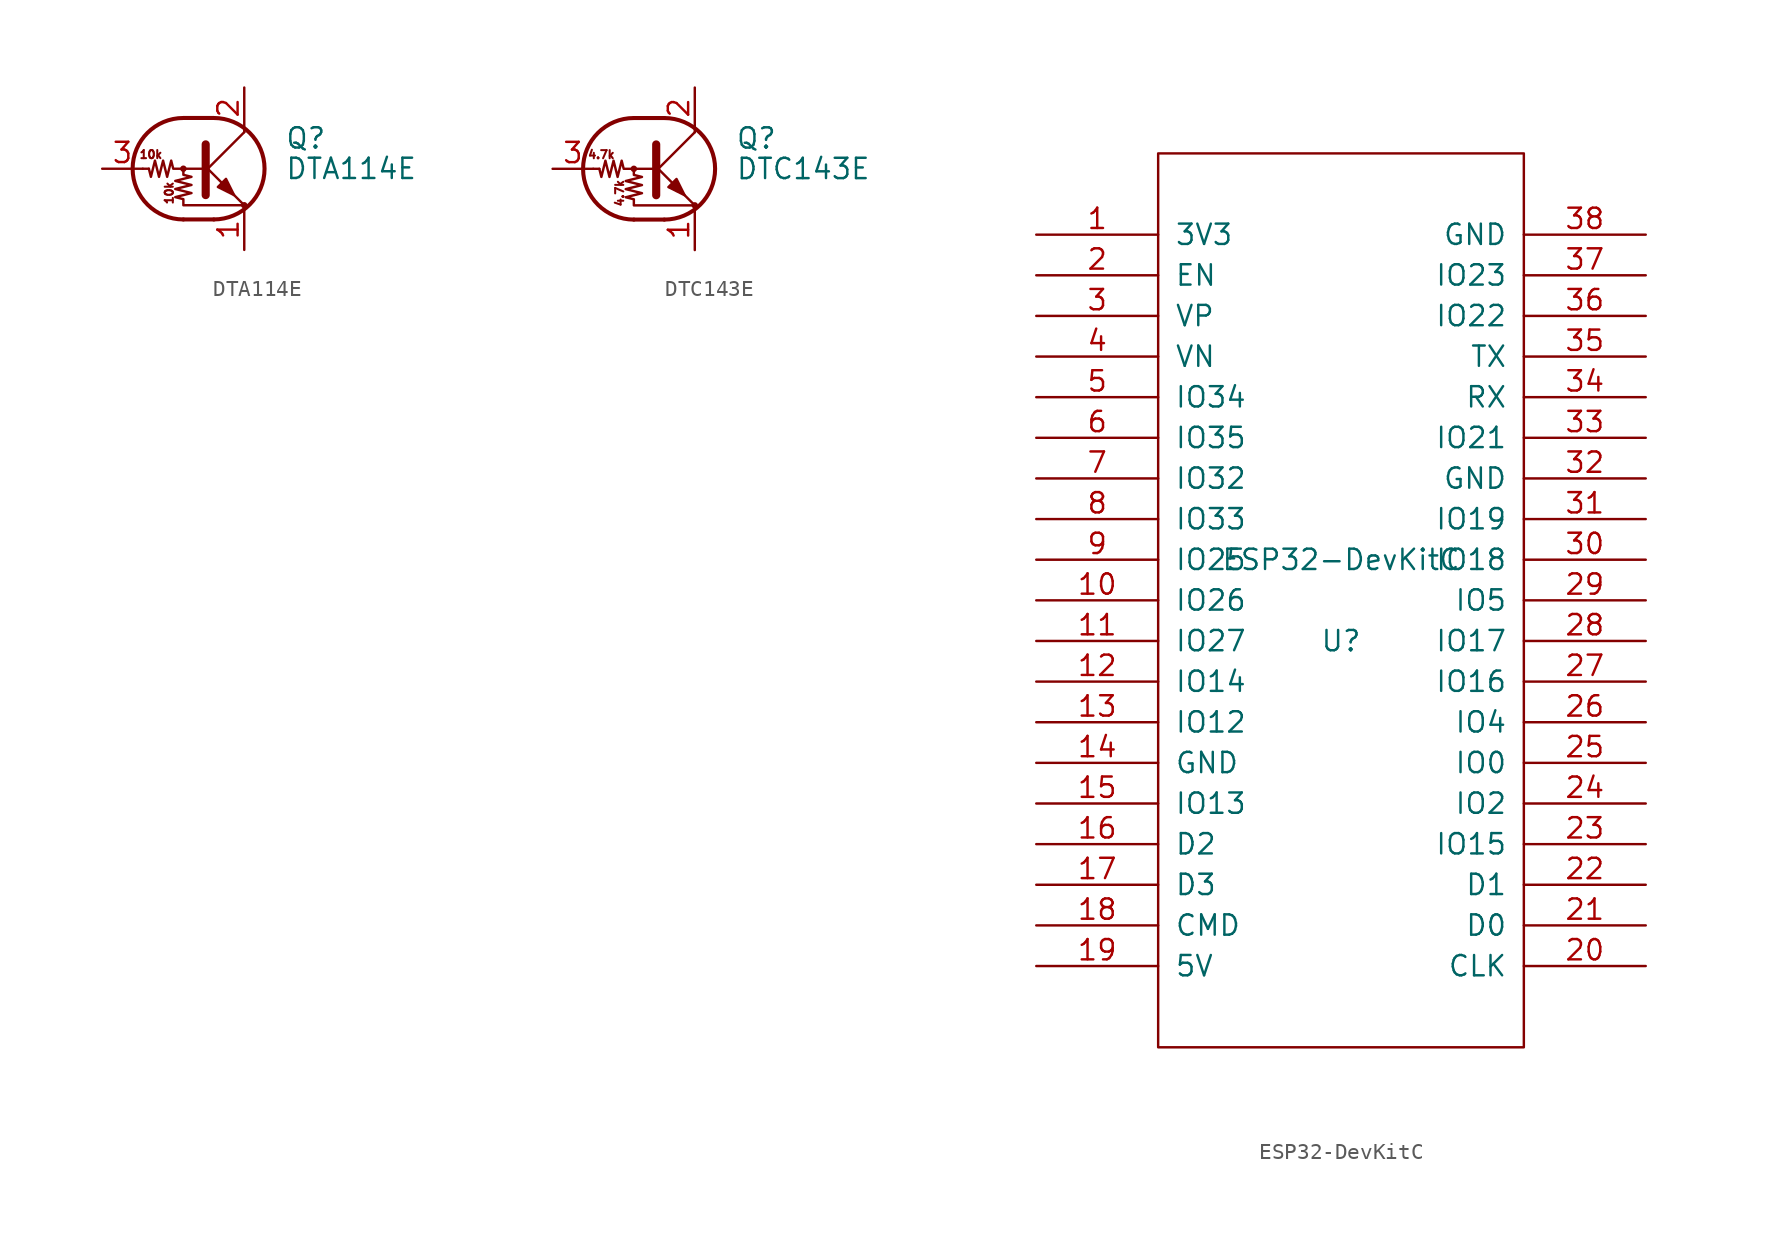
<source format=kicad_sym>
(kicad_symbol_lib
  (version 20241209)
  (generator "kicad_symbol_editor")
  (generator_version "9.0")
  (symbol "DTA114E"
    (pin_names
      (offset 0)
      (hide yes))
    (property "Reference" "Q"
      (at 5.08 1.905 0)
      (effects (font (size 1.27 1.27)) (justify left)))
    (property "Value" "DTA114E"
      (at 5.08 0 0)
      (effects (font (size 1.27 1.27)) (justify left)))
    (symbol "DTA114E_0_1"
      (polyline (pts (xy -3.429 0) (xy -3.81 0)) (stroke (width 0) (type default)) (fill (type none)))
      (polyline (pts (xy -1.27 3.175) (xy 0.635 3.175)) (stroke (width 0.254) (type default)) (fill (type none)))
      (circle (center -1.27 0) (radius 0.127) (stroke (width 0) (type default)) (fill (type none)))
      (polyline (pts (xy -1.27 0) (xy -1.27 -0.381) (xy -0.762 -0.508) (xy -1.778 -0.762) (xy -0.762 -1.016) (xy -1.778 -1.27) (xy -0.762 -1.524) (xy -1.778 -1.778) (xy -1.27 -1.905) (xy -1.27 -2.286) (xy 2.54 -2.286)) (stroke (width 0) (type default)) (fill (type none)))
      (polyline (pts (xy -1.27 -3.175) (xy 0.635 -3.175)) (stroke (width 0.254) (type default)) (fill (type none)))
      (arc (start -1.27 -3.175) (mid -4.4312 0) (end -1.27 3.175) (stroke (width 0.254) (type default)) (fill (type none)))
      (polyline (pts (xy 0 0) (xy -1.905 0) (xy -2.032 0.508) (xy -2.286 -0.508) (xy -2.54 0.508) (xy -2.794 -0.508) (xy -3.048 0.508) (xy -3.302 -0.508) (xy -3.429 0)) (stroke (width 0) (type default)) (fill (type none)))
      (polyline (pts (xy 0 -0.254) (xy 2.54 2.286)) (stroke (width 0) (type default)) (fill (type none)))
      (polyline (pts (xy 0.127 1.524) (xy 0.127 -1.651)) (stroke (width 0.508) (type default)) (fill (type outline)))
      (arc (start 0.635 3.175) (mid 3.7962 0) (end 0.635 -3.175) (stroke (width 0.254) (type default)) (fill (type none)))
      (polyline (pts (xy 0.889 -1.143) (xy 1.397 -0.635) (xy 1.905 -1.651) (xy 0.889 -1.143)) (stroke (width 0) (type default)) (fill (type outline)))
      (polyline (pts (xy 2.54 2.286) (xy 2.54 2.54)) (stroke (width 0) (type default)) (fill (type none)))
      (polyline (pts (xy 2.54 -2.286) (xy 0 0.254) (xy 0 0.254)) (stroke (width 0) (type default)) (fill (type none)))
      (circle (center 2.54 -2.286) (radius 0.127) (stroke (width 0) (type default)) (fill (type none))))
    (symbol "DTA114E_1_1"
      (text "10k" (at -3.302 0.889 0) (effects (font (size 0.508 0.508))))
      (text "10k" (at -2.159 -1.524 900) (effects (font (size 0.508 0.508))))
      (pin input line (at -6.35 0 0) (length 2.54) (name "B" (effects (font (size 1.27 1.27)))) (number "3" (effects (font (size 1.27 1.27)))))
      (pin passive line (at 2.54 5.08 270) (length 2.54) (name "C" (effects (font (size 1.27 1.27)))) (number "2" (effects (font (size 1.27 1.27)))))
      (pin passive line (at 2.54 -5.08 90) (length 2.54) (name "E" (effects (font (size 1.27 1.27)))) (number "1" (effects (font (size 1.27 1.27)))))))
  (symbol "DTC143E"
    (pin_names
      (offset 0)
      (hide yes))
    (property "Reference" "Q"
      (at 5.08 1.905 0)
      (effects (font (size 1.27 1.27)) (justify left)))
    (property "Value" "DTC143E"
      (at 5.08 0 0)
      (effects (font (size 1.27 1.27)) (justify left)))
    (symbol "DTC143E_0_1"
      (polyline (pts (xy -3.429 0) (xy -3.81 0)) (stroke (width 0) (type default)) (fill (type none)))
      (polyline (pts (xy -1.27 3.175) (xy 0.635 3.175)) (stroke (width 0.254) (type default)) (fill (type none)))
      (circle (center -1.27 0) (radius 0.127) (stroke (width 0) (type default)) (fill (type none)))
      (polyline (pts (xy -1.27 0) (xy -1.27 -0.381) (xy -0.762 -0.508) (xy -1.778 -0.762) (xy -0.762 -1.016) (xy -1.778 -1.27) (xy -0.762 -1.524) (xy -1.778 -1.778) (xy -1.27 -1.905) (xy -1.27 -2.286) (xy 2.54 -2.286)) (stroke (width 0) (type default)) (fill (type none)))
      (polyline (pts (xy -1.27 -3.175) (xy 0.635 -3.175)) (stroke (width 0.254) (type default)) (fill (type none)))
      (arc (start -1.27 -3.175) (mid -4.4312 0) (end -1.27 3.175) (stroke (width 0.254) (type default)) (fill (type none)))
      (polyline (pts (xy 0 0) (xy -1.905 0) (xy -2.032 0.508) (xy -2.286 -0.508) (xy -2.54 0.508) (xy -2.794 -0.508) (xy -3.048 0.508) (xy -3.302 -0.508) (xy -3.429 0)) (stroke (width 0) (type default)) (fill (type none)))
      (polyline (pts (xy 0 -0.254) (xy 2.54 2.286)) (stroke (width 0) (type default)) (fill (type none)))
      (polyline (pts (xy 0.127 1.524) (xy 0.127 -1.651)) (stroke (width 0.508) (type default)) (fill (type outline)))
      (arc (start 0.635 3.175) (mid 3.7962 0) (end 0.635 -3.175) (stroke (width 0.254) (type default)) (fill (type none)))
      (polyline (pts (xy 0.889 -1.143) (xy 1.397 -0.635) (xy 1.905 -1.651) (xy 0.889 -1.143)) (stroke (width 0) (type default)) (fill (type outline)))
      (polyline (pts (xy 2.54 2.286) (xy 2.54 2.54)) (stroke (width 0) (type default)) (fill (type none)))
      (polyline (pts (xy 2.54 -2.286) (xy 0 0.254) (xy 0 0.254)) (stroke (width 0) (type default)) (fill (type none)))
      (circle (center 2.54 -2.286) (radius 0.127) (stroke (width 0) (type default)) (fill (type none))))
    (symbol "DTC143E_1_1"
      (text "4.7k" (at -3.302 0.889 0) (effects (font (size 0.508 0.508))))
      (text "4.7k" (at -2.159 -1.524 900) (effects (font (size 0.508 0.508))))
      (pin input line (at -6.35 0 0) (length 2.54) (name "B" (effects (font (size 1.27 1.27)))) (number "3" (effects (font (size 1.27 1.27)))))
      (pin passive line (at 2.54 5.08 270) (length 2.54) (name "C" (effects (font (size 1.27 1.27)))) (number "2" (effects (font (size 1.27 1.27)))))
      (pin passive line (at 2.54 -5.08 90) (length 2.54) (name "E" (effects (font (size 1.27 1.27)))) (number "1" (effects (font (size 1.27 1.27)))))))
  (symbol "ESP32-DevKitC"
    (pin_names
      (offset 1.016))
    (property "Reference" "U"
      (at 0 -2.54 0)
      (effects (font (size 1.27 1.27))))
    (property "Value" "ESP32-DevKitC"
      (at 0 2.54 0)
      (effects (font (size 1.27 1.27))))
    (symbol "ESP32-DevKitC_1_0"
      (rectangle (start -11.43 -27.94) (end 11.43 27.94) (stroke (width 0) (type solid)) (fill (type none))))
    (symbol "ESP32-DevKitC_1_1"
      (pin power_in line (at -19.05 22.86 0) (length 7.62) (name "3V3" (effects (font (size 1.27 1.27)))) (number "1" (effects (font (size 1.27 1.27)))))
      (pin input line (at -19.05 20.32 0) (length 7.62) (name "EN" (effects (font (size 1.27 1.27)))) (number "2" (effects (font (size 1.27 1.27)))))
      (pin input line (at -19.05 17.78 0) (length 7.62) (name "VP" (effects (font (size 1.27 1.27)))) (number "3" (effects (font (size 1.27 1.27)))))
      (pin input line (at -19.05 15.24 0) (length 7.62) (name "VN" (effects (font (size 1.27 1.27)))) (number "4" (effects (font (size 1.27 1.27)))))
      (pin input line (at -19.05 12.7 0) (length 7.62) (name "IO34" (effects (font (size 1.27 1.27)))) (number "5" (effects (font (size 1.27 1.27)))))
      (pin input line (at -19.05 10.16 0) (length 7.62) (name "IO35" (effects (font (size 1.27 1.27)))) (number "6" (effects (font (size 1.27 1.27)))))
      (pin bidirectional line (at -19.05 7.62 0) (length 7.62) (name "IO32" (effects (font (size 1.27 1.27)))) (number "7" (effects (font (size 1.27 1.27)))))
      (pin bidirectional line (at -19.05 5.08 0) (length 7.62) (name "IO33" (effects (font (size 1.27 1.27)))) (number "8" (effects (font (size 1.27 1.27)))))
      (pin bidirectional line (at -19.05 2.54 0) (length 7.62) (name "IO25" (effects (font (size 1.27 1.27)))) (number "9" (effects (font (size 1.27 1.27)))))
      (pin bidirectional line (at -19.05 0 0) (length 7.62) (name "IO26" (effects (font (size 1.27 1.27)))) (number "10" (effects (font (size 1.27 1.27)))))
      (pin bidirectional line (at -19.05 -2.54 0) (length 7.62) (name "IO27" (effects (font (size 1.27 1.27)))) (number "11" (effects (font (size 1.27 1.27)))))
      (pin bidirectional line (at -19.05 -5.08 0) (length 7.62) (name "IO14" (effects (font (size 1.27 1.27)))) (number "12" (effects (font (size 1.27 1.27)))))
      (pin bidirectional line (at -19.05 -7.62 0) (length 7.62) (name "IO12" (effects (font (size 1.27 1.27)))) (number "13" (effects (font (size 1.27 1.27)))))
      (pin power_in line (at -19.05 -10.16 0) (length 7.62) (name "GND" (effects (font (size 1.27 1.27)))) (number "14" (effects (font (size 1.27 1.27)))))
      (pin bidirectional line (at -19.05 -12.7 0) (length 7.62) (name "IO13" (effects (font (size 1.27 1.27)))) (number "15" (effects (font (size 1.27 1.27)))))
      (pin bidirectional line (at -19.05 -15.24 0) (length 7.62) (name "D2" (effects (font (size 1.27 1.27)))) (number "16" (effects (font (size 1.27 1.27)))))
      (pin bidirectional line (at -19.05 -17.78 0) (length 7.62) (name "D3" (effects (font (size 1.27 1.27)))) (number "17" (effects (font (size 1.27 1.27)))))
      (pin bidirectional line (at -19.05 -20.32 0) (length 7.62) (name "CMD" (effects (font (size 1.27 1.27)))) (number "18" (effects (font (size 1.27 1.27)))))
      (pin power_in line (at -19.05 -22.86 0) (length 7.62) (name "5V" (effects (font (size 1.27 1.27)))) (number "19" (effects (font (size 1.27 1.27)))))
      (pin power_in line (at 19.05 22.86 180) (length 7.62) (name "GND" (effects (font (size 1.27 1.27)))) (number "38" (effects (font (size 1.27 1.27)))))
      (pin bidirectional line (at 19.05 20.32 180) (length 7.62) (name "IO23" (effects (font (size 1.27 1.27)))) (number "37" (effects (font (size 1.27 1.27)))))
      (pin bidirectional line (at 19.05 17.78 180) (length 7.62) (name "IO22" (effects (font (size 1.27 1.27)))) (number "36" (effects (font (size 1.27 1.27)))))
      (pin bidirectional line (at 19.05 15.24 180) (length 7.62) (name "TX" (effects (font (size 1.27 1.27)))) (number "35" (effects (font (size 1.27 1.27)))))
      (pin bidirectional line (at 19.05 12.7 180) (length 7.62) (name "RX" (effects (font (size 1.27 1.27)))) (number "34" (effects (font (size 1.27 1.27)))))
      (pin bidirectional line (at 19.05 10.16 180) (length 7.62) (name "IO21" (effects (font (size 1.27 1.27)))) (number "33" (effects (font (size 1.27 1.27)))))
      (pin power_in line (at 19.05 7.62 180) (length 7.62) (name "GND" (effects (font (size 1.27 1.27)))) (number "32" (effects (font (size 1.27 1.27)))))
      (pin bidirectional line (at 19.05 5.08 180) (length 7.62) (name "IO19" (effects (font (size 1.27 1.27)))) (number "31" (effects (font (size 1.27 1.27)))))
      (pin bidirectional line (at 19.05 2.54 180) (length 7.62) (name "IO18" (effects (font (size 1.27 1.27)))) (number "30" (effects (font (size 1.27 1.27)))))
      (pin bidirectional line (at 19.05 0 180) (length 7.62) (name "IO5" (effects (font (size 1.27 1.27)))) (number "29" (effects (font (size 1.27 1.27)))))
      (pin bidirectional line (at 19.05 -2.54 180) (length 7.62) (name "IO17" (effects (font (size 1.27 1.27)))) (number "28" (effects (font (size 1.27 1.27)))))
      (pin bidirectional line (at 19.05 -5.08 180) (length 7.62) (name "IO16" (effects (font (size 1.27 1.27)))) (number "27" (effects (font (size 1.27 1.27)))))
      (pin bidirectional line (at 19.05 -7.62 180) (length 7.62) (name "IO4" (effects (font (size 1.27 1.27)))) (number "26" (effects (font (size 1.27 1.27)))))
      (pin bidirectional line (at 19.05 -10.16 180) (length 7.62) (name "IO0" (effects (font (size 1.27 1.27)))) (number "25" (effects (font (size 1.27 1.27)))))
      (pin bidirectional line (at 19.05 -12.7 180) (length 7.62) (name "IO2" (effects (font (size 1.27 1.27)))) (number "24" (effects (font (size 1.27 1.27)))))
      (pin bidirectional line (at 19.05 -15.24 180) (length 7.62) (name "IO15" (effects (font (size 1.27 1.27)))) (number "23" (effects (font (size 1.27 1.27)))))
      (pin bidirectional line (at 19.05 -17.78 180) (length 7.62) (name "D1" (effects (font (size 1.27 1.27)))) (number "22" (effects (font (size 1.27 1.27)))))
      (pin bidirectional line (at 19.05 -20.32 180) (length 7.62) (name "D0" (effects (font (size 1.27 1.27)))) (number "21" (effects (font (size 1.27 1.27)))))
      (pin bidirectional line (at 19.05 -22.86 180) (length 7.62) (name "CLK" (effects (font (size 1.27 1.27)))) (number "20" (effects (font (size 1.27 1.27))))))))
</source>
